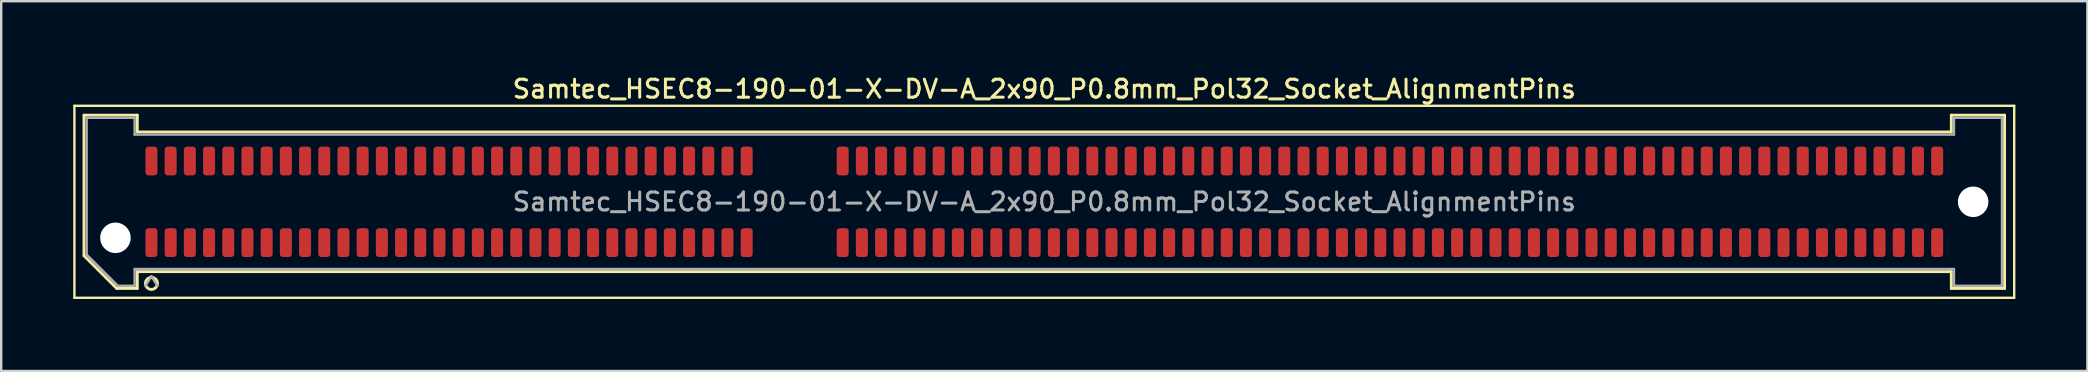
<source format=kicad_pcb>
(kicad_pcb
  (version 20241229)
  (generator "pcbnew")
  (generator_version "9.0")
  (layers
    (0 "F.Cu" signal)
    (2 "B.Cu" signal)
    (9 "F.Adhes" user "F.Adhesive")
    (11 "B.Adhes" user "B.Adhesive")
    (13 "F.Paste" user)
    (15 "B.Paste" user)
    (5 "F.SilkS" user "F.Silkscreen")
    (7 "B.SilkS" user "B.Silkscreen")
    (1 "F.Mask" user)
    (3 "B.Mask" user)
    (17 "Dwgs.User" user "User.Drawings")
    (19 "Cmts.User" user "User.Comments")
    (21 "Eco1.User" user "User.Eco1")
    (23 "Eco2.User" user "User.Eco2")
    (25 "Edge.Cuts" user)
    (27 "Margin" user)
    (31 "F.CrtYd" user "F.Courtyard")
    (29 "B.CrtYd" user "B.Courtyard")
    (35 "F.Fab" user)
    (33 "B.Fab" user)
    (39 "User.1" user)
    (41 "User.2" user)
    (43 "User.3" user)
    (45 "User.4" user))
  (footprint "Samtec_HSEC8-190-01-X-DV-A_2x90_P0.8mm_Pol32_Socket_AlignmentPins"
    (layer "F.Cu")
    (at 40.46 5.358)
    (property "Reference" "Samtec_HSEC8-190-01-X-DV-A_2x90_P0.8mm_Pol32_Socket_AlignmentPins" (at 0 -4.7 0) (layer "F.SilkS") (effects (font (size 0.75 0.75) (thickness 0.125))))
    (attr smd)
    (fp_line (start -40.41 -4) (end -40.41 4) (stroke (width 0.1) (type solid)) (layer "F.SilkS"))
    (fp_line (start -40.41 4) (end 40.41 4) (stroke (width 0.1) (type solid)) (layer "F.SilkS"))
    (fp_line (start -40.01 -3.61) (end -37.79 -3.61) (stroke (width 0.12) (type solid)) (layer "F.SilkS"))
    (fp_line (start -40.01 2.246) (end -40.01 -3.61) (stroke (width 0.12) (type solid)) (layer "F.SilkS"))
    (fp_line (start -38.646 3.61) (end -40.01 2.246) (stroke (width 0.12) (type solid)) (layer "F.SilkS"))
    (fp_line (start -37.79 -3.61) (end -37.79 -2.91) (stroke (width 0.12) (type solid)) (layer "F.SilkS"))
    (fp_line (start -37.79 -2.91) (end 37.79 -2.91) (stroke (width 0.12) (type solid)) (layer "F.SilkS"))
    (fp_line (start -37.79 2.91) (end -37.79 3.61) (stroke (width 0.12) (type solid)) (layer "F.SilkS"))
    (fp_line (start -37.79 3.61) (end -38.646 3.61) (stroke (width 0.12) (type solid)) (layer "F.SilkS"))
    (fp_line (start 37.79 -3.61) (end 40.01 -3.61) (stroke (width 0.12) (type solid)) (layer "F.SilkS"))
    (fp_line (start 37.79 -2.91) (end 37.79 -3.61) (stroke (width 0.12) (type solid)) (layer "F.SilkS"))
    (fp_line (start 37.79 2.91) (end -37.79 2.91) (stroke (width 0.12) (type solid)) (layer "F.SilkS"))
    (fp_line (start 37.79 3.61) (end 37.79 2.91) (stroke (width 0.12) (type solid)) (layer "F.SilkS"))
    (fp_line (start 40.01 -3.61) (end 40.01 3.61) (stroke (width 0.12) (type solid)) (layer "F.SilkS"))
    (fp_line (start 40.01 3.61) (end 37.79 3.61) (stroke (width 0.12) (type solid)) (layer "F.SilkS"))
    (fp_line (start 40.41 -4) (end -40.41 -4) (stroke (width 0.1) (type solid)) (layer "F.SilkS"))
    (fp_line (start 40.41 4) (end 40.41 -4) (stroke (width 0.1) (type solid)) (layer "F.SilkS"))
    (fp_arc (start -36.95 3.4) (mid -37.45 3.4) (end -36.95 3.4) (stroke (width 0.12) (type solid)) (layer "F.SilkS"))
    (fp_line (start -39.9 -3.5) (end -37.9 -3.5) (stroke (width 0.1) (type solid)) (layer "F.Fab"))
    (fp_line (start -39.9 2.2) (end -39.9 -3.5) (stroke (width 0.1) (type solid)) (layer "F.Fab"))
    (fp_line (start -38.6 3.5) (end -39.9 2.2) (stroke (width 0.1) (type solid)) (layer "F.Fab"))
    (fp_line (start -37.9 -3.5) (end -37.9 -2.8) (stroke (width 0.1) (type solid)) (layer "F.Fab"))
    (fp_line (start -37.9 -2.8) (end 37.9 -2.8) (stroke (width 0.1) (type solid)) (layer "F.Fab"))
    (fp_line (start -37.9 2.8) (end -37.9 3.5) (stroke (width 0.1) (type solid)) (layer "F.Fab"))
    (fp_line (start -37.9 3.5) (end -38.6 3.5) (stroke (width 0.1) (type solid)) (layer "F.Fab"))
    (fp_line (start -37.2 3.1) (end -37.45 3.5) (stroke (width 0.1) (type solid)) (layer "F.Fab"))
    (fp_line (start -37.2 3.1) (end -36.95 3.5) (stroke (width 0.1) (type solid)) (layer "F.Fab"))
    (fp_line (start 37.9 -3.5) (end 39.9 -3.5) (stroke (width 0.1) (type solid)) (layer "F.Fab"))
    (fp_line (start 37.9 -2.8) (end 37.9 -3.5) (stroke (width 0.1) (type solid)) (layer "F.Fab"))
    (fp_line (start 37.9 2.8) (end -37.9 2.8) (stroke (width 0.1) (type solid)) (layer "F.Fab"))
    (fp_line (start 37.9 3.5) (end 37.9 2.8) (stroke (width 0.1) (type solid)) (layer "F.Fab"))
    (fp_line (start 39.9 -3.5) (end 39.9 3.5) (stroke (width 0.1) (type solid)) (layer "F.Fab"))
    (fp_line (start 39.9 3.5) (end 37.9 3.5) (stroke (width 0.1) (type solid)) (layer "F.Fab"))
    (fp_text user "${REFERENCE}" (at 0 0 0) (layer "F.Fab") (effects (font (size 0.75 0.75) (thickness 0.125))))
    (pad "" np_thru_hole circle (at -38.7 1.5) (size 1.27 1.27) (drill 1.27) (layers "*.Cu" "*.Mask"))
    (pad "" np_thru_hole circle (at 38.7 0) (size 1.27 1.27) (drill 1.27) (layers "*.Cu" "*.Mask"))
    (pad "1" smd roundrect (at -37.2 1.7) (size 0.5 1.2) (layers "F.Cu" "F.Mask" "F.Paste") (roundrect_rratio 0.25))
    (pad "2" smd roundrect (at -37.2 -1.7) (size 0.5 1.2) (layers "F.Cu" "F.Mask" "F.Paste") (roundrect_rratio 0.25))
    (pad "3" smd roundrect (at -36.4 1.7) (size 0.5 1.2) (layers "F.Cu" "F.Mask" "F.Paste") (roundrect_rratio 0.25))
    (pad "4" smd roundrect (at -36.4 -1.7) (size 0.5 1.2) (layers "F.Cu" "F.Mask" "F.Paste") (roundrect_rratio 0.25))
    (pad "5" smd roundrect (at -35.6 1.7) (size 0.5 1.2) (layers "F.Cu" "F.Mask" "F.Paste") (roundrect_rratio 0.25))
    (pad "6" smd roundrect (at -35.6 -1.7) (size 0.5 1.2) (layers "F.Cu" "F.Mask" "F.Paste") (roundrect_rratio 0.25))
    (pad "7" smd roundrect (at -34.8 1.7) (size 0.5 1.2) (layers "F.Cu" "F.Mask" "F.Paste") (roundrect_rratio 0.25))
    (pad "8" smd roundrect (at -34.8 -1.7) (size 0.5 1.2) (layers "F.Cu" "F.Mask" "F.Paste") (roundrect_rratio 0.25))
    (pad "9" smd roundrect (at -34 1.7) (size 0.5 1.2) (layers "F.Cu" "F.Mask" "F.Paste") (roundrect_rratio 0.25))
    (pad "10" smd roundrect (at -34 -1.7) (size 0.5 1.2) (layers "F.Cu" "F.Mask" "F.Paste") (roundrect_rratio 0.25))
    (pad "11" smd roundrect (at -33.2 1.7) (size 0.5 1.2) (layers "F.Cu" "F.Mask" "F.Paste") (roundrect_rratio 0.25))
    (pad "12" smd roundrect (at -33.2 -1.7) (size 0.5 1.2) (layers "F.Cu" "F.Mask" "F.Paste") (roundrect_rratio 0.25))
    (pad "13" smd roundrect (at -32.4 1.7) (size 0.5 1.2) (layers "F.Cu" "F.Mask" "F.Paste") (roundrect_rratio 0.25))
    (pad "14" smd roundrect (at -32.4 -1.7) (size 0.5 1.2) (layers "F.Cu" "F.Mask" "F.Paste") (roundrect_rratio 0.25))
    (pad "15" smd roundrect (at -31.6 1.7) (size 0.5 1.2) (layers "F.Cu" "F.Mask" "F.Paste") (roundrect_rratio 0.25))
    (pad "16" smd roundrect (at -31.6 -1.7) (size 0.5 1.2) (layers "F.Cu" "F.Mask" "F.Paste") (roundrect_rratio 0.25))
    (pad "17" smd roundrect (at -30.8 1.7) (size 0.5 1.2) (layers "F.Cu" "F.Mask" "F.Paste") (roundrect_rratio 0.25))
    (pad "18" smd roundrect (at -30.8 -1.7) (size 0.5 1.2) (layers "F.Cu" "F.Mask" "F.Paste") (roundrect_rratio 0.25))
    (pad "19" smd roundrect (at -30 1.7) (size 0.5 1.2) (layers "F.Cu" "F.Mask" "F.Paste") (roundrect_rratio 0.25))
    (pad "20" smd roundrect (at -30 -1.7) (size 0.5 1.2) (layers "F.Cu" "F.Mask" "F.Paste") (roundrect_rratio 0.25))
    (pad "21" smd roundrect (at -29.2 1.7) (size 0.5 1.2) (layers "F.Cu" "F.Mask" "F.Paste") (roundrect_rratio 0.25))
    (pad "22" smd roundrect (at -29.2 -1.7) (size 0.5 1.2) (layers "F.Cu" "F.Mask" "F.Paste") (roundrect_rratio 0.25))
    (pad "23" smd roundrect (at -28.4 1.7) (size 0.5 1.2) (layers "F.Cu" "F.Mask" "F.Paste") (roundrect_rratio 0.25))
    (pad "24" smd roundrect (at -28.4 -1.7) (size 0.5 1.2) (layers "F.Cu" "F.Mask" "F.Paste") (roundrect_rratio 0.25))
    (pad "25" smd roundrect (at -27.6 1.7) (size 0.5 1.2) (layers "F.Cu" "F.Mask" "F.Paste") (roundrect_rratio 0.25))
    (pad "26" smd roundrect (at -27.6 -1.7) (size 0.5 1.2) (layers "F.Cu" "F.Mask" "F.Paste") (roundrect_rratio 0.25))
    (pad "27" smd roundrect (at -26.8 1.7) (size 0.5 1.2) (layers "F.Cu" "F.Mask" "F.Paste") (roundrect_rratio 0.25))
    (pad "28" smd roundrect (at -26.8 -1.7) (size 0.5 1.2) (layers "F.Cu" "F.Mask" "F.Paste") (roundrect_rratio 0.25))
    (pad "29" smd roundrect (at -26 1.7) (size 0.5 1.2) (layers "F.Cu" "F.Mask" "F.Paste") (roundrect_rratio 0.25))
    (pad "30" smd roundrect (at -26 -1.7) (size 0.5 1.2) (layers "F.Cu" "F.Mask" "F.Paste") (roundrect_rratio 0.25))
    (pad "31" smd roundrect (at -25.2 1.7) (size 0.5 1.2) (layers "F.Cu" "F.Mask" "F.Paste") (roundrect_rratio 0.25))
    (pad "32" smd roundrect (at -25.2 -1.7) (size 0.5 1.2) (layers "F.Cu" "F.Mask" "F.Paste") (roundrect_rratio 0.25))
    (pad "33" smd roundrect (at -24.4 1.7) (size 0.5 1.2) (layers "F.Cu" "F.Mask" "F.Paste") (roundrect_rratio 0.25))
    (pad "34" smd roundrect (at -24.4 -1.7) (size 0.5 1.2) (layers "F.Cu" "F.Mask" "F.Paste") (roundrect_rratio 0.25))
    (pad "35" smd roundrect (at -23.6 1.7) (size 0.5 1.2) (layers "F.Cu" "F.Mask" "F.Paste") (roundrect_rratio 0.25))
    (pad "36" smd roundrect (at -23.6 -1.7) (size 0.5 1.2) (layers "F.Cu" "F.Mask" "F.Paste") (roundrect_rratio 0.25))
    (pad "37" smd roundrect (at -22.8 1.7) (size 0.5 1.2) (layers "F.Cu" "F.Mask" "F.Paste") (roundrect_rratio 0.25))
    (pad "38" smd roundrect (at -22.8 -1.7) (size 0.5 1.2) (layers "F.Cu" "F.Mask" "F.Paste") (roundrect_rratio 0.25))
    (pad "39" smd roundrect (at -22 1.7) (size 0.5 1.2) (layers "F.Cu" "F.Mask" "F.Paste") (roundrect_rratio 0.25))
    (pad "40" smd roundrect (at -22 -1.7) (size 0.5 1.2) (layers "F.Cu" "F.Mask" "F.Paste") (roundrect_rratio 0.25))
    (pad "41" smd roundrect (at -21.2 1.7) (size 0.5 1.2) (layers "F.Cu" "F.Mask" "F.Paste") (roundrect_rratio 0.25))
    (pad "42" smd roundrect (at -21.2 -1.7) (size 0.5 1.2) (layers "F.Cu" "F.Mask" "F.Paste") (roundrect_rratio 0.25))
    (pad "43" smd roundrect (at -20.4 1.7) (size 0.5 1.2) (layers "F.Cu" "F.Mask" "F.Paste") (roundrect_rratio 0.25))
    (pad "44" smd roundrect (at -20.4 -1.7) (size 0.5 1.2) (layers "F.Cu" "F.Mask" "F.Paste") (roundrect_rratio 0.25))
    (pad "45" smd roundrect (at -19.6 1.7) (size 0.5 1.2) (layers "F.Cu" "F.Mask" "F.Paste") (roundrect_rratio 0.25))
    (pad "46" smd roundrect (at -19.6 -1.7) (size 0.5 1.2) (layers "F.Cu" "F.Mask" "F.Paste") (roundrect_rratio 0.25))
    (pad "47" smd roundrect (at -18.8 1.7) (size 0.5 1.2) (layers "F.Cu" "F.Mask" "F.Paste") (roundrect_rratio 0.25))
    (pad "48" smd roundrect (at -18.8 -1.7) (size 0.5 1.2) (layers "F.Cu" "F.Mask" "F.Paste") (roundrect_rratio 0.25))
    (pad "49" smd roundrect (at -18 1.7) (size 0.5 1.2) (layers "F.Cu" "F.Mask" "F.Paste") (roundrect_rratio 0.25))
    (pad "50" smd roundrect (at -18 -1.7) (size 0.5 1.2) (layers "F.Cu" "F.Mask" "F.Paste") (roundrect_rratio 0.25))
    (pad "51" smd roundrect (at -17.2 1.7) (size 0.5 1.2) (layers "F.Cu" "F.Mask" "F.Paste") (roundrect_rratio 0.25))
    (pad "52" smd roundrect (at -17.2 -1.7) (size 0.5 1.2) (layers "F.Cu" "F.Mask" "F.Paste") (roundrect_rratio 0.25))
    (pad "53" smd roundrect (at -16.4 1.7) (size 0.5 1.2) (layers "F.Cu" "F.Mask" "F.Paste") (roundrect_rratio 0.25))
    (pad "54" smd roundrect (at -16.4 -1.7) (size 0.5 1.2) (layers "F.Cu" "F.Mask" "F.Paste") (roundrect_rratio 0.25))
    (pad "55" smd roundrect (at -15.6 1.7) (size 0.5 1.2) (layers "F.Cu" "F.Mask" "F.Paste") (roundrect_rratio 0.25))
    (pad "56" smd roundrect (at -15.6 -1.7) (size 0.5 1.2) (layers "F.Cu" "F.Mask" "F.Paste") (roundrect_rratio 0.25))
    (pad "57" smd roundrect (at -14.8 1.7) (size 0.5 1.2) (layers "F.Cu" "F.Mask" "F.Paste") (roundrect_rratio 0.25))
    (pad "58" smd roundrect (at -14.8 -1.7) (size 0.5 1.2) (layers "F.Cu" "F.Mask" "F.Paste") (roundrect_rratio 0.25))
    (pad "59" smd roundrect (at -14 1.7) (size 0.5 1.2) (layers "F.Cu" "F.Mask" "F.Paste") (roundrect_rratio 0.25))
    (pad "60" smd roundrect (at -14 -1.7) (size 0.5 1.2) (layers "F.Cu" "F.Mask" "F.Paste") (roundrect_rratio 0.25))
    (pad "61" smd roundrect (at -13.2 1.7) (size 0.5 1.2) (layers "F.Cu" "F.Mask" "F.Paste") (roundrect_rratio 0.25))
    (pad "62" smd roundrect (at -13.2 -1.7) (size 0.5 1.2) (layers "F.Cu" "F.Mask" "F.Paste") (roundrect_rratio 0.25))
    (pad "63" smd roundrect (at -12.4 1.7) (size 0.5 1.2) (layers "F.Cu" "F.Mask" "F.Paste") (roundrect_rratio 0.25))
    (pad "64" smd roundrect (at -12.4 -1.7) (size 0.5 1.2) (layers "F.Cu" "F.Mask" "F.Paste") (roundrect_rratio 0.25))
    (pad "65" smd roundrect (at -8.4 1.7) (size 0.5 1.2) (layers "F.Cu" "F.Mask" "F.Paste") (roundrect_rratio 0.25))
    (pad "66" smd roundrect (at -8.4 -1.7) (size 0.5 1.2) (layers "F.Cu" "F.Mask" "F.Paste") (roundrect_rratio 0.25))
    (pad "67" smd roundrect (at -7.6 1.7) (size 0.5 1.2) (layers "F.Cu" "F.Mask" "F.Paste") (roundrect_rratio 0.25))
    (pad "68" smd roundrect (at -7.6 -1.7) (size 0.5 1.2) (layers "F.Cu" "F.Mask" "F.Paste") (roundrect_rratio 0.25))
    (pad "69" smd roundrect (at -6.8 1.7) (size 0.5 1.2) (layers "F.Cu" "F.Mask" "F.Paste") (roundrect_rratio 0.25))
    (pad "70" smd roundrect (at -6.8 -1.7) (size 0.5 1.2) (layers "F.Cu" "F.Mask" "F.Paste") (roundrect_rratio 0.25))
    (pad "71" smd roundrect (at -6 1.7) (size 0.5 1.2) (layers "F.Cu" "F.Mask" "F.Paste") (roundrect_rratio 0.25))
    (pad "72" smd roundrect (at -6 -1.7) (size 0.5 1.2) (layers "F.Cu" "F.Mask" "F.Paste") (roundrect_rratio 0.25))
    (pad "73" smd roundrect (at -5.2 1.7) (size 0.5 1.2) (layers "F.Cu" "F.Mask" "F.Paste") (roundrect_rratio 0.25))
    (pad "74" smd roundrect (at -5.2 -1.7) (size 0.5 1.2) (layers "F.Cu" "F.Mask" "F.Paste") (roundrect_rratio 0.25))
    (pad "75" smd roundrect (at -4.4 1.7) (size 0.5 1.2) (layers "F.Cu" "F.Mask" "F.Paste") (roundrect_rratio 0.25))
    (pad "76" smd roundrect (at -4.4 -1.7) (size 0.5 1.2) (layers "F.Cu" "F.Mask" "F.Paste") (roundrect_rratio 0.25))
    (pad "77" smd roundrect (at -3.6 1.7) (size 0.5 1.2) (layers "F.Cu" "F.Mask" "F.Paste") (roundrect_rratio 0.25))
    (pad "78" smd roundrect (at -3.6 -1.7) (size 0.5 1.2) (layers "F.Cu" "F.Mask" "F.Paste") (roundrect_rratio 0.25))
    (pad "79" smd roundrect (at -2.8 1.7) (size 0.5 1.2) (layers "F.Cu" "F.Mask" "F.Paste") (roundrect_rratio 0.25))
    (pad "80" smd roundrect (at -2.8 -1.7) (size 0.5 1.2) (layers "F.Cu" "F.Mask" "F.Paste") (roundrect_rratio 0.25))
    (pad "81" smd roundrect (at -2 1.7) (size 0.5 1.2) (layers "F.Cu" "F.Mask" "F.Paste") (roundrect_rratio 0.25))
    (pad "82" smd roundrect (at -2 -1.7) (size 0.5 1.2) (layers "F.Cu" "F.Mask" "F.Paste") (roundrect_rratio 0.25))
    (pad "83" smd roundrect (at -1.2 1.7) (size 0.5 1.2) (layers "F.Cu" "F.Mask" "F.Paste") (roundrect_rratio 0.25))
    (pad "84" smd roundrect (at -1.2 -1.7) (size 0.5 1.2) (layers "F.Cu" "F.Mask" "F.Paste") (roundrect_rratio 0.25))
    (pad "85" smd roundrect (at -0.4 1.7) (size 0.5 1.2) (layers "F.Cu" "F.Mask" "F.Paste") (roundrect_rratio 0.25))
    (pad "86" smd roundrect (at -0.4 -1.7) (size 0.5 1.2) (layers "F.Cu" "F.Mask" "F.Paste") (roundrect_rratio 0.25))
    (pad "87" smd roundrect (at 0.4 1.7) (size 0.5 1.2) (layers "F.Cu" "F.Mask" "F.Paste") (roundrect_rratio 0.25))
    (pad "88" smd roundrect (at 0.4 -1.7) (size 0.5 1.2) (layers "F.Cu" "F.Mask" "F.Paste") (roundrect_rratio 0.25))
    (pad "89" smd roundrect (at 1.2 1.7) (size 0.5 1.2) (layers "F.Cu" "F.Mask" "F.Paste") (roundrect_rratio 0.25))
    (pad "90" smd roundrect (at 1.2 -1.7) (size 0.5 1.2) (layers "F.Cu" "F.Mask" "F.Paste") (roundrect_rratio 0.25))
    (pad "91" smd roundrect (at 2 1.7) (size 0.5 1.2) (layers "F.Cu" "F.Mask" "F.Paste") (roundrect_rratio 0.25))
    (pad "92" smd roundrect (at 2 -1.7) (size 0.5 1.2) (layers "F.Cu" "F.Mask" "F.Paste") (roundrect_rratio 0.25))
    (pad "93" smd roundrect (at 2.8 1.7) (size 0.5 1.2) (layers "F.Cu" "F.Mask" "F.Paste") (roundrect_rratio 0.25))
    (pad "94" smd roundrect (at 2.8 -1.7) (size 0.5 1.2) (layers "F.Cu" "F.Mask" "F.Paste") (roundrect_rratio 0.25))
    (pad "95" smd roundrect (at 3.6 1.7) (size 0.5 1.2) (layers "F.Cu" "F.Mask" "F.Paste") (roundrect_rratio 0.25))
    (pad "96" smd roundrect (at 3.6 -1.7) (size 0.5 1.2) (layers "F.Cu" "F.Mask" "F.Paste") (roundrect_rratio 0.25))
    (pad "97" smd roundrect (at 4.4 1.7) (size 0.5 1.2) (layers "F.Cu" "F.Mask" "F.Paste") (roundrect_rratio 0.25))
    (pad "98" smd roundrect (at 4.4 -1.7) (size 0.5 1.2) (layers "F.Cu" "F.Mask" "F.Paste") (roundrect_rratio 0.25))
    (pad "99" smd roundrect (at 5.2 1.7) (size 0.5 1.2) (layers "F.Cu" "F.Mask" "F.Paste") (roundrect_rratio 0.25))
    (pad "100" smd roundrect (at 5.2 -1.7) (size 0.5 1.2) (layers "F.Cu" "F.Mask" "F.Paste") (roundrect_rratio 0.25))
    (pad "101" smd roundrect (at 6 1.7) (size 0.5 1.2) (layers "F.Cu" "F.Mask" "F.Paste") (roundrect_rratio 0.25))
    (pad "102" smd roundrect (at 6 -1.7) (size 0.5 1.2) (layers "F.Cu" "F.Mask" "F.Paste") (roundrect_rratio 0.25))
    (pad "103" smd roundrect (at 6.8 1.7) (size 0.5 1.2) (layers "F.Cu" "F.Mask" "F.Paste") (roundrect_rratio 0.25))
    (pad "104" smd roundrect (at 6.8 -1.7) (size 0.5 1.2) (layers "F.Cu" "F.Mask" "F.Paste") (roundrect_rratio 0.25))
    (pad "105" smd roundrect (at 7.6 1.7) (size 0.5 1.2) (layers "F.Cu" "F.Mask" "F.Paste") (roundrect_rratio 0.25))
    (pad "106" smd roundrect (at 7.6 -1.7) (size 0.5 1.2) (layers "F.Cu" "F.Mask" "F.Paste") (roundrect_rratio 0.25))
    (pad "107" smd roundrect (at 8.4 1.7) (size 0.5 1.2) (layers "F.Cu" "F.Mask" "F.Paste") (roundrect_rratio 0.25))
    (pad "108" smd roundrect (at 8.4 -1.7) (size 0.5 1.2) (layers "F.Cu" "F.Mask" "F.Paste") (roundrect_rratio 0.25))
    (pad "109" smd roundrect (at 9.2 1.7) (size 0.5 1.2) (layers "F.Cu" "F.Mask" "F.Paste") (roundrect_rratio 0.25))
    (pad "110" smd roundrect (at 9.2 -1.7) (size 0.5 1.2) (layers "F.Cu" "F.Mask" "F.Paste") (roundrect_rratio 0.25))
    (pad "111" smd roundrect (at 10 1.7) (size 0.5 1.2) (layers "F.Cu" "F.Mask" "F.Paste") (roundrect_rratio 0.25))
    (pad "112" smd roundrect (at 10 -1.7) (size 0.5 1.2) (layers "F.Cu" "F.Mask" "F.Paste") (roundrect_rratio 0.25))
    (pad "113" smd roundrect (at 10.8 1.7) (size 0.5 1.2) (layers "F.Cu" "F.Mask" "F.Paste") (roundrect_rratio 0.25))
    (pad "114" smd roundrect (at 10.8 -1.7) (size 0.5 1.2) (layers "F.Cu" "F.Mask" "F.Paste") (roundrect_rratio 0.25))
    (pad "115" smd roundrect (at 11.6 1.7) (size 0.5 1.2) (layers "F.Cu" "F.Mask" "F.Paste") (roundrect_rratio 0.25))
    (pad "116" smd roundrect (at 11.6 -1.7) (size 0.5 1.2) (layers "F.Cu" "F.Mask" "F.Paste") (roundrect_rratio 0.25))
    (pad "117" smd roundrect (at 12.4 1.7) (size 0.5 1.2) (layers "F.Cu" "F.Mask" "F.Paste") (roundrect_rratio 0.25))
    (pad "118" smd roundrect (at 12.4 -1.7) (size 0.5 1.2) (layers "F.Cu" "F.Mask" "F.Paste") (roundrect_rratio 0.25))
    (pad "119" smd roundrect (at 13.2 1.7) (size 0.5 1.2) (layers "F.Cu" "F.Mask" "F.Paste") (roundrect_rratio 0.25))
    (pad "120" smd roundrect (at 13.2 -1.7) (size 0.5 1.2) (layers "F.Cu" "F.Mask" "F.Paste") (roundrect_rratio 0.25))
    (pad "121" smd roundrect (at 14 1.7) (size 0.5 1.2) (layers "F.Cu" "F.Mask" "F.Paste") (roundrect_rratio 0.25))
    (pad "122" smd roundrect (at 14 -1.7) (size 0.5 1.2) (layers "F.Cu" "F.Mask" "F.Paste") (roundrect_rratio 0.25))
    (pad "123" smd roundrect (at 14.8 1.7) (size 0.5 1.2) (layers "F.Cu" "F.Mask" "F.Paste") (roundrect_rratio 0.25))
    (pad "124" smd roundrect (at 14.8 -1.7) (size 0.5 1.2) (layers "F.Cu" "F.Mask" "F.Paste") (roundrect_rratio 0.25))
    (pad "125" smd roundrect (at 15.6 1.7) (size 0.5 1.2) (layers "F.Cu" "F.Mask" "F.Paste") (roundrect_rratio 0.25))
    (pad "126" smd roundrect (at 15.6 -1.7) (size 0.5 1.2) (layers "F.Cu" "F.Mask" "F.Paste") (roundrect_rratio 0.25))
    (pad "127" smd roundrect (at 16.4 1.7) (size 0.5 1.2) (layers "F.Cu" "F.Mask" "F.Paste") (roundrect_rratio 0.25))
    (pad "128" smd roundrect (at 16.4 -1.7) (size 0.5 1.2) (layers "F.Cu" "F.Mask" "F.Paste") (roundrect_rratio 0.25))
    (pad "129" smd roundrect (at 17.2 1.7) (size 0.5 1.2) (layers "F.Cu" "F.Mask" "F.Paste") (roundrect_rratio 0.25))
    (pad "130" smd roundrect (at 17.2 -1.7) (size 0.5 1.2) (layers "F.Cu" "F.Mask" "F.Paste") (roundrect_rratio 0.25))
    (pad "131" smd roundrect (at 18 1.7) (size 0.5 1.2) (layers "F.Cu" "F.Mask" "F.Paste") (roundrect_rratio 0.25))
    (pad "132" smd roundrect (at 18 -1.7) (size 0.5 1.2) (layers "F.Cu" "F.Mask" "F.Paste") (roundrect_rratio 0.25))
    (pad "133" smd roundrect (at 18.8 1.7) (size 0.5 1.2) (layers "F.Cu" "F.Mask" "F.Paste") (roundrect_rratio 0.25))
    (pad "134" smd roundrect (at 18.8 -1.7) (size 0.5 1.2) (layers "F.Cu" "F.Mask" "F.Paste") (roundrect_rratio 0.25))
    (pad "135" smd roundrect (at 19.6 1.7) (size 0.5 1.2) (layers "F.Cu" "F.Mask" "F.Paste") (roundrect_rratio 0.25))
    (pad "136" smd roundrect (at 19.6 -1.7) (size 0.5 1.2) (layers "F.Cu" "F.Mask" "F.Paste") (roundrect_rratio 0.25))
    (pad "137" smd roundrect (at 20.4 1.7) (size 0.5 1.2) (layers "F.Cu" "F.Mask" "F.Paste") (roundrect_rratio 0.25))
    (pad "138" smd roundrect (at 20.4 -1.7) (size 0.5 1.2) (layers "F.Cu" "F.Mask" "F.Paste") (roundrect_rratio 0.25))
    (pad "139" smd roundrect (at 21.2 1.7) (size 0.5 1.2) (layers "F.Cu" "F.Mask" "F.Paste") (roundrect_rratio 0.25))
    (pad "140" smd roundrect (at 21.2 -1.7) (size 0.5 1.2) (layers "F.Cu" "F.Mask" "F.Paste") (roundrect_rratio 0.25))
    (pad "141" smd roundrect (at 22 1.7) (size 0.5 1.2) (layers "F.Cu" "F.Mask" "F.Paste") (roundrect_rratio 0.25))
    (pad "142" smd roundrect (at 22 -1.7) (size 0.5 1.2) (layers "F.Cu" "F.Mask" "F.Paste") (roundrect_rratio 0.25))
    (pad "143" smd roundrect (at 22.8 1.7) (size 0.5 1.2) (layers "F.Cu" "F.Mask" "F.Paste") (roundrect_rratio 0.25))
    (pad "144" smd roundrect (at 22.8 -1.7) (size 0.5 1.2) (layers "F.Cu" "F.Mask" "F.Paste") (roundrect_rratio 0.25))
    (pad "145" smd roundrect (at 23.6 1.7) (size 0.5 1.2) (layers "F.Cu" "F.Mask" "F.Paste") (roundrect_rratio 0.25))
    (pad "146" smd roundrect (at 23.6 -1.7) (size 0.5 1.2) (layers "F.Cu" "F.Mask" "F.Paste") (roundrect_rratio 0.25))
    (pad "147" smd roundrect (at 24.4 1.7) (size 0.5 1.2) (layers "F.Cu" "F.Mask" "F.Paste") (roundrect_rratio 0.25))
    (pad "148" smd roundrect (at 24.4 -1.7) (size 0.5 1.2) (layers "F.Cu" "F.Mask" "F.Paste") (roundrect_rratio 0.25))
    (pad "149" smd roundrect (at 25.2 1.7) (size 0.5 1.2) (layers "F.Cu" "F.Mask" "F.Paste") (roundrect_rratio 0.25))
    (pad "150" smd roundrect (at 25.2 -1.7) (size 0.5 1.2) (layers "F.Cu" "F.Mask" "F.Paste") (roundrect_rratio 0.25))
    (pad "151" smd roundrect (at 26 1.7) (size 0.5 1.2) (layers "F.Cu" "F.Mask" "F.Paste") (roundrect_rratio 0.25))
    (pad "152" smd roundrect (at 26 -1.7) (size 0.5 1.2) (layers "F.Cu" "F.Mask" "F.Paste") (roundrect_rratio 0.25))
    (pad "153" smd roundrect (at 26.8 1.7) (size 0.5 1.2) (layers "F.Cu" "F.Mask" "F.Paste") (roundrect_rratio 0.25))
    (pad "154" smd roundrect (at 26.8 -1.7) (size 0.5 1.2) (layers "F.Cu" "F.Mask" "F.Paste") (roundrect_rratio 0.25))
    (pad "155" smd roundrect (at 27.6 1.7) (size 0.5 1.2) (layers "F.Cu" "F.Mask" "F.Paste") (roundrect_rratio 0.25))
    (pad "156" smd roundrect (at 27.6 -1.7) (size 0.5 1.2) (layers "F.Cu" "F.Mask" "F.Paste") (roundrect_rratio 0.25))
    (pad "157" smd roundrect (at 28.4 1.7) (size 0.5 1.2) (layers "F.Cu" "F.Mask" "F.Paste") (roundrect_rratio 0.25))
    (pad "158" smd roundrect (at 28.4 -1.7) (size 0.5 1.2) (layers "F.Cu" "F.Mask" "F.Paste") (roundrect_rratio 0.25))
    (pad "159" smd roundrect (at 29.2 1.7) (size 0.5 1.2) (layers "F.Cu" "F.Mask" "F.Paste") (roundrect_rratio 0.25))
    (pad "160" smd roundrect (at 29.2 -1.7) (size 0.5 1.2) (layers "F.Cu" "F.Mask" "F.Paste") (roundrect_rratio 0.25))
    (pad "161" smd roundrect (at 30 1.7) (size 0.5 1.2) (layers "F.Cu" "F.Mask" "F.Paste") (roundrect_rratio 0.25))
    (pad "162" smd roundrect (at 30 -1.7) (size 0.5 1.2) (layers "F.Cu" "F.Mask" "F.Paste") (roundrect_rratio 0.25))
    (pad "163" smd roundrect (at 30.8 1.7) (size 0.5 1.2) (layers "F.Cu" "F.Mask" "F.Paste") (roundrect_rratio 0.25))
    (pad "164" smd roundrect (at 30.8 -1.7) (size 0.5 1.2) (layers "F.Cu" "F.Mask" "F.Paste") (roundrect_rratio 0.25))
    (pad "165" smd roundrect (at 31.6 1.7) (size 0.5 1.2) (layers "F.Cu" "F.Mask" "F.Paste") (roundrect_rratio 0.25))
    (pad "166" smd roundrect (at 31.6 -1.7) (size 0.5 1.2) (layers "F.Cu" "F.Mask" "F.Paste") (roundrect_rratio 0.25))
    (pad "167" smd roundrect (at 32.4 1.7) (size 0.5 1.2) (layers "F.Cu" "F.Mask" "F.Paste") (roundrect_rratio 0.25))
    (pad "168" smd roundrect (at 32.4 -1.7) (size 0.5 1.2) (layers "F.Cu" "F.Mask" "F.Paste") (roundrect_rratio 0.25))
    (pad "169" smd roundrect (at 33.2 1.7) (size 0.5 1.2) (layers "F.Cu" "F.Mask" "F.Paste") (roundrect_rratio 0.25))
    (pad "170" smd roundrect (at 33.2 -1.7) (size 0.5 1.2) (layers "F.Cu" "F.Mask" "F.Paste") (roundrect_rratio 0.25))
    (pad "171" smd roundrect (at 34 1.7) (size 0.5 1.2) (layers "F.Cu" "F.Mask" "F.Paste") (roundrect_rratio 0.25))
    (pad "172" smd roundrect (at 34 -1.7) (size 0.5 1.2) (layers "F.Cu" "F.Mask" "F.Paste") (roundrect_rratio 0.25))
    (pad "173" smd roundrect (at 34.8 1.7) (size 0.5 1.2) (layers "F.Cu" "F.Mask" "F.Paste") (roundrect_rratio 0.25))
    (pad "174" smd roundrect (at 34.8 -1.7) (size 0.5 1.2) (layers "F.Cu" "F.Mask" "F.Paste") (roundrect_rratio 0.25))
    (pad "175" smd roundrect (at 35.6 1.7) (size 0.5 1.2) (layers "F.Cu" "F.Mask" "F.Paste") (roundrect_rratio 0.25))
    (pad "176" smd roundrect (at 35.6 -1.7) (size 0.5 1.2) (layers "F.Cu" "F.Mask" "F.Paste") (roundrect_rratio 0.25))
    (pad "177" smd roundrect (at 36.4 1.7) (size 0.5 1.2) (layers "F.Cu" "F.Mask" "F.Paste") (roundrect_rratio 0.25))
    (pad "178" smd roundrect (at 36.4 -1.7) (size 0.5 1.2) (layers "F.Cu" "F.Mask" "F.Paste") (roundrect_rratio 0.25))
    (pad "179" smd roundrect (at 37.2 1.7) (size 0.5 1.2) (layers "F.Cu" "F.Mask" "F.Paste") (roundrect_rratio 0.25))
    (pad "180" smd roundrect (at 37.2 -1.7) (size 0.5 1.2) (layers "F.Cu" "F.Mask" "F.Paste") (roundrect_rratio 0.25)))
  (gr_rect
    (start -3 -3)
    (end 83.92 12.408)
    (stroke (width 0.1) (type default))
    (fill no)
    (layer "Edge.Cuts")))
</source>
